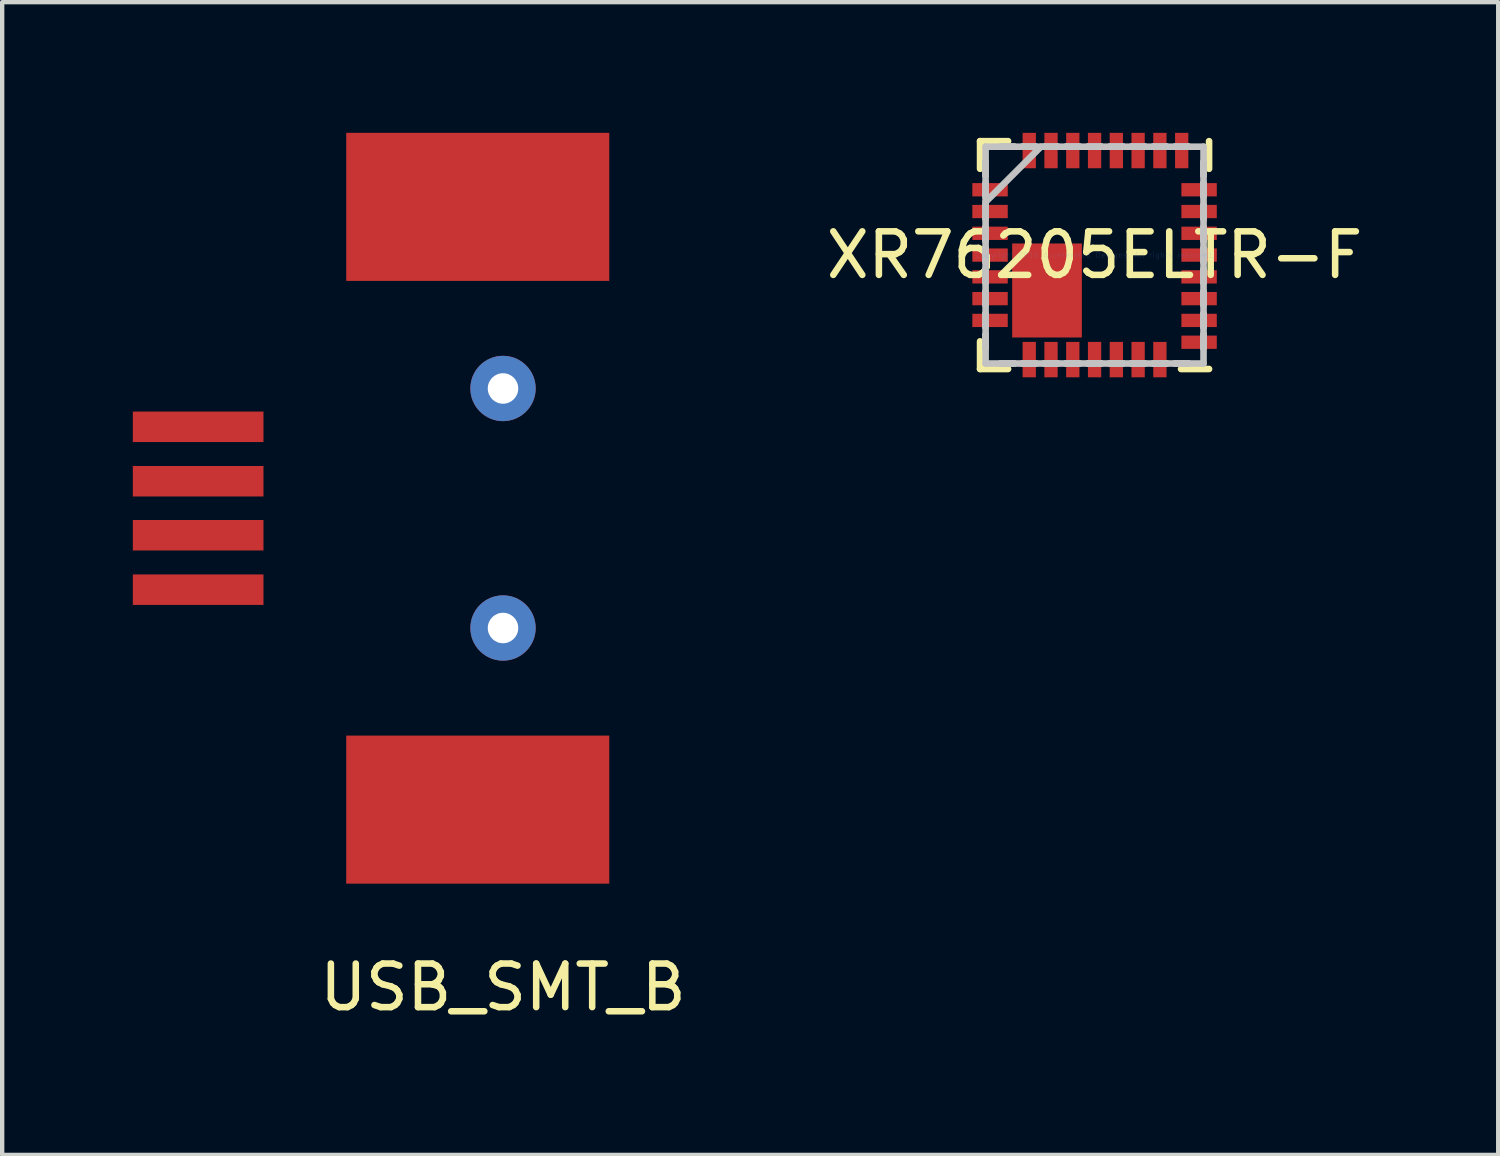
<source format=kicad_pcb>
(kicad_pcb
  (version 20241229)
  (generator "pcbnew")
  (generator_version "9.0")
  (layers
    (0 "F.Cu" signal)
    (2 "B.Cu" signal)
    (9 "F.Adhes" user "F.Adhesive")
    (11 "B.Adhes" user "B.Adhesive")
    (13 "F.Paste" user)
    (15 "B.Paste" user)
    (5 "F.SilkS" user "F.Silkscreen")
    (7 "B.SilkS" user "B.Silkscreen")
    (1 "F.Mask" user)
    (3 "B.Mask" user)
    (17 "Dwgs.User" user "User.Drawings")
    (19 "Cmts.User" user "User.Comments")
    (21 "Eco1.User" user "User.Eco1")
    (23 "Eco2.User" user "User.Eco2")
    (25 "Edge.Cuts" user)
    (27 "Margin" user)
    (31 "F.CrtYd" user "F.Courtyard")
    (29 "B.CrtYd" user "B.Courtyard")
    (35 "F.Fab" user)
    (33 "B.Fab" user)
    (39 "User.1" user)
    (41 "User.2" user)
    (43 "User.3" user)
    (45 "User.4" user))
  (footprint "XR76205ELTR-F"
    (layer "F.Cu")
    (at 22.083 2.807)
    (property "Reference" "XR76205ELTR-F" (at 0 0 0) (layer "F.SilkS") (effects (font (size 1 1) (thickness 0.15))))
    (attr through_hole)
    (fp_line (start -2.629 -2.616) (end -2.629 -1.981) (stroke (width 0.152) (type solid)) (layer "F.SilkS"))
    (fp_line (start -2.629 1.981) (end -2.629 2.616) (stroke (width 0.152) (type solid)) (layer "F.SilkS"))
    (fp_line (start -2.629 2.616) (end -1.986 2.616) (stroke (width 0.152) (type solid)) (layer "F.SilkS"))
    (fp_line (start -1.986 -2.616) (end -2.629 -2.616) (stroke (width 0.152) (type solid)) (layer "F.SilkS"))
    (fp_line (start 1.986 2.616) (end 2.629 2.616) (stroke (width 0.152) (type solid)) (layer "F.SilkS"))
    (fp_line (start 2.629 -1.981) (end 2.629 -2.616) (stroke (width 0.152) (type solid)) (layer "F.SilkS"))
    (fp_line (start -2.502 -2.489) (end -2.502 2.489) (stroke (width 0.152) (type solid)) (layer "Dwgs.User"))
    (fp_line (start -2.502 -2.134) (end -2.502 -2.134) (stroke (width 0.152) (type solid)) (layer "Dwgs.User"))
    (fp_line (start -2.502 -2.134) (end -2.502 -1.829) (stroke (width 0.152) (type solid)) (layer "Dwgs.User"))
    (fp_line (start -2.502 -1.829) (end -2.502 -2.134) (stroke (width 0.152) (type solid)) (layer "Dwgs.User"))
    (fp_line (start -2.502 -1.829) (end -2.502 -1.829) (stroke (width 0.152) (type solid)) (layer "Dwgs.User"))
    (fp_line (start -2.502 -1.651) (end -2.502 -1.651) (stroke (width 0.152) (type solid)) (layer "Dwgs.User"))
    (fp_line (start -2.502 -1.651) (end -2.502 -1.346) (stroke (width 0.152) (type solid)) (layer "Dwgs.User"))
    (fp_line (start -2.502 -1.346) (end -2.502 -1.651) (stroke (width 0.152) (type solid)) (layer "Dwgs.User"))
    (fp_line (start -2.502 -1.346) (end -2.502 -1.346) (stroke (width 0.152) (type solid)) (layer "Dwgs.User"))
    (fp_line (start -2.502 -1.219) (end -1.232 -2.489) (stroke (width 0.152) (type solid)) (layer "Dwgs.User"))
    (fp_line (start -2.502 -1.143) (end -2.502 -1.143) (stroke (width 0.152) (type solid)) (layer "Dwgs.User"))
    (fp_line (start -2.502 -1.143) (end -2.502 -0.838) (stroke (width 0.152) (type solid)) (layer "Dwgs.User"))
    (fp_line (start -2.502 -0.838) (end -2.502 -1.143) (stroke (width 0.152) (type solid)) (layer "Dwgs.User"))
    (fp_line (start -2.502 -0.838) (end -2.502 -0.838) (stroke (width 0.152) (type solid)) (layer "Dwgs.User"))
    (fp_line (start -2.502 -0.635) (end -2.502 -0.635) (stroke (width 0.152) (type solid)) (layer "Dwgs.User"))
    (fp_line (start -2.502 -0.635) (end -2.502 -0.33) (stroke (width 0.152) (type solid)) (layer "Dwgs.User"))
    (fp_line (start -2.502 -0.33) (end -2.502 -0.635) (stroke (width 0.152) (type solid)) (layer "Dwgs.User"))
    (fp_line (start -2.502 -0.33) (end -2.502 -0.33) (stroke (width 0.152) (type solid)) (layer "Dwgs.User"))
    (fp_line (start -2.502 -0.152) (end -2.502 -0.152) (stroke (width 0.152) (type solid)) (layer "Dwgs.User"))
    (fp_line (start -2.502 -0.152) (end -2.502 0.152) (stroke (width 0.152) (type solid)) (layer "Dwgs.User"))
    (fp_line (start -2.502 0.152) (end -2.502 -0.152) (stroke (width 0.152) (type solid)) (layer "Dwgs.User"))
    (fp_line (start -2.502 0.152) (end -2.502 0.152) (stroke (width 0.152) (type solid)) (layer "Dwgs.User"))
    (fp_line (start -2.502 0.33) (end -2.502 0.33) (stroke (width 0.152) (type solid)) (layer "Dwgs.User"))
    (fp_line (start -2.502 0.33) (end -2.502 0.635) (stroke (width 0.152) (type solid)) (layer "Dwgs.User"))
    (fp_line (start -2.502 0.635) (end -2.502 0.33) (stroke (width 0.152) (type solid)) (layer "Dwgs.User"))
    (fp_line (start -2.502 0.635) (end -2.502 0.635) (stroke (width 0.152) (type solid)) (layer "Dwgs.User"))
    (fp_line (start -2.502 0.838) (end -2.502 0.838) (stroke (width 0.152) (type solid)) (layer "Dwgs.User"))
    (fp_line (start -2.502 0.838) (end -2.502 1.143) (stroke (width 0.152) (type solid)) (layer "Dwgs.User"))
    (fp_line (start -2.502 1.143) (end -2.502 0.838) (stroke (width 0.152) (type solid)) (layer "Dwgs.User"))
    (fp_line (start -2.502 1.143) (end -2.502 1.143) (stroke (width 0.152) (type solid)) (layer "Dwgs.User"))
    (fp_line (start -2.502 1.346) (end -2.502 1.346) (stroke (width 0.152) (type solid)) (layer "Dwgs.User"))
    (fp_line (start -2.502 1.346) (end -2.502 1.651) (stroke (width 0.152) (type solid)) (layer "Dwgs.User"))
    (fp_line (start -2.502 1.651) (end -2.502 1.346) (stroke (width 0.152) (type solid)) (layer "Dwgs.User"))
    (fp_line (start -2.502 1.651) (end -2.502 1.651) (stroke (width 0.152) (type solid)) (layer "Dwgs.User"))
    (fp_line (start -2.502 1.829) (end -2.502 1.829) (stroke (width 0.152) (type solid)) (layer "Dwgs.User"))
    (fp_line (start -2.502 1.829) (end -2.502 2.134) (stroke (width 0.152) (type solid)) (layer "Dwgs.User"))
    (fp_line (start -2.502 2.134) (end -2.502 1.829) (stroke (width 0.152) (type solid)) (layer "Dwgs.User"))
    (fp_line (start -2.502 2.134) (end -2.502 2.134) (stroke (width 0.152) (type solid)) (layer "Dwgs.User"))
    (fp_line (start -2.502 2.489) (end 2.502 2.489) (stroke (width 0.152) (type solid)) (layer "Dwgs.User"))
    (fp_line (start -2.153 -2.489) (end -2.153 -2.489) (stroke (width 0.152) (type solid)) (layer "Dwgs.User"))
    (fp_line (start -2.153 -2.489) (end -1.848 -2.489) (stroke (width 0.152) (type solid)) (layer "Dwgs.User"))
    (fp_line (start -2.153 2.489) (end -2.153 2.489) (stroke (width 0.152) (type solid)) (layer "Dwgs.User"))
    (fp_line (start -2.153 2.489) (end -1.848 2.489) (stroke (width 0.152) (type solid)) (layer "Dwgs.User"))
    (fp_line (start -1.848 -2.489) (end -2.153 -2.489) (stroke (width 0.152) (type solid)) (layer "Dwgs.User"))
    (fp_line (start -1.848 -2.489) (end -1.848 -2.489) (stroke (width 0.152) (type solid)) (layer "Dwgs.User"))
    (fp_line (start -1.848 2.489) (end -2.153 2.489) (stroke (width 0.152) (type solid)) (layer "Dwgs.User"))
    (fp_line (start -1.848 2.489) (end -1.848 2.489) (stroke (width 0.152) (type solid)) (layer "Dwgs.User"))
    (fp_line (start -1.653 -2.489) (end -1.653 -2.489) (stroke (width 0.152) (type solid)) (layer "Dwgs.User"))
    (fp_line (start -1.653 -2.489) (end -1.348 -2.489) (stroke (width 0.152) (type solid)) (layer "Dwgs.User"))
    (fp_line (start -1.653 2.489) (end -1.653 2.489) (stroke (width 0.152) (type solid)) (layer "Dwgs.User"))
    (fp_line (start -1.653 2.489) (end -1.348 2.489) (stroke (width 0.152) (type solid)) (layer "Dwgs.User"))
    (fp_line (start -1.348 -2.489) (end -1.653 -2.489) (stroke (width 0.152) (type solid)) (layer "Dwgs.User"))
    (fp_line (start -1.348 -2.489) (end -1.348 -2.489) (stroke (width 0.152) (type solid)) (layer "Dwgs.User"))
    (fp_line (start -1.348 2.489) (end -1.653 2.489) (stroke (width 0.152) (type solid)) (layer "Dwgs.User"))
    (fp_line (start -1.348 2.489) (end -1.348 2.489) (stroke (width 0.152) (type solid)) (layer "Dwgs.User"))
    (fp_line (start -1.153 -2.489) (end -1.153 -2.489) (stroke (width 0.152) (type solid)) (layer "Dwgs.User"))
    (fp_line (start -1.153 -2.489) (end -0.848 -2.489) (stroke (width 0.152) (type solid)) (layer "Dwgs.User"))
    (fp_line (start -1.153 2.489) (end -1.153 2.489) (stroke (width 0.152) (type solid)) (layer "Dwgs.User"))
    (fp_line (start -1.153 2.489) (end -0.848 2.489) (stroke (width 0.152) (type solid)) (layer "Dwgs.User"))
    (fp_line (start -0.848 -2.489) (end -1.153 -2.489) (stroke (width 0.152) (type solid)) (layer "Dwgs.User"))
    (fp_line (start -0.848 -2.489) (end -0.848 -2.489) (stroke (width 0.152) (type solid)) (layer "Dwgs.User"))
    (fp_line (start -0.848 2.489) (end -1.153 2.489) (stroke (width 0.152) (type solid)) (layer "Dwgs.User"))
    (fp_line (start -0.848 2.489) (end -0.848 2.489) (stroke (width 0.152) (type solid)) (layer "Dwgs.User"))
    (fp_line (start -0.653 -2.489) (end -0.653 -2.489) (stroke (width 0.152) (type solid)) (layer "Dwgs.User"))
    (fp_line (start -0.653 -2.489) (end -0.348 -2.489) (stroke (width 0.152) (type solid)) (layer "Dwgs.User"))
    (fp_line (start -0.653 2.489) (end -0.653 2.489) (stroke (width 0.152) (type solid)) (layer "Dwgs.User"))
    (fp_line (start -0.653 2.489) (end -0.348 2.489) (stroke (width 0.152) (type solid)) (layer "Dwgs.User"))
    (fp_line (start -0.348 -2.489) (end -0.653 -2.489) (stroke (width 0.152) (type solid)) (layer "Dwgs.User"))
    (fp_line (start -0.348 -2.489) (end -0.348 -2.489) (stroke (width 0.152) (type solid)) (layer "Dwgs.User"))
    (fp_line (start -0.348 2.489) (end -0.653 2.489) (stroke (width 0.152) (type solid)) (layer "Dwgs.User"))
    (fp_line (start -0.348 2.489) (end -0.348 2.489) (stroke (width 0.152) (type solid)) (layer "Dwgs.User"))
    (fp_line (start -0.152 -2.489) (end -0.152 -2.489) (stroke (width 0.152) (type solid)) (layer "Dwgs.User"))
    (fp_line (start -0.152 -2.489) (end 0.152 -2.489) (stroke (width 0.152) (type solid)) (layer "Dwgs.User"))
    (fp_line (start -0.152 2.489) (end -0.152 2.489) (stroke (width 0.152) (type solid)) (layer "Dwgs.User"))
    (fp_line (start -0.152 2.489) (end 0.152 2.489) (stroke (width 0.152) (type solid)) (layer "Dwgs.User"))
    (fp_line (start 0.152 -2.489) (end -0.152 -2.489) (stroke (width 0.152) (type solid)) (layer "Dwgs.User"))
    (fp_line (start 0.152 -2.489) (end 0.152 -2.489) (stroke (width 0.152) (type solid)) (layer "Dwgs.User"))
    (fp_line (start 0.152 2.489) (end -0.152 2.489) (stroke (width 0.152) (type solid)) (layer "Dwgs.User"))
    (fp_line (start 0.152 2.489) (end 0.152 2.489) (stroke (width 0.152) (type solid)) (layer "Dwgs.User"))
    (fp_line (start 0.348 -2.489) (end 0.348 -2.489) (stroke (width 0.152) (type solid)) (layer "Dwgs.User"))
    (fp_line (start 0.348 -2.489) (end 0.653 -2.489) (stroke (width 0.152) (type solid)) (layer "Dwgs.User"))
    (fp_line (start 0.348 2.489) (end 0.348 2.489) (stroke (width 0.152) (type solid)) (layer "Dwgs.User"))
    (fp_line (start 0.348 2.489) (end 0.653 2.489) (stroke (width 0.152) (type solid)) (layer "Dwgs.User"))
    (fp_line (start 0.653 -2.489) (end 0.348 -2.489) (stroke (width 0.152) (type solid)) (layer "Dwgs.User"))
    (fp_line (start 0.653 -2.489) (end 0.653 -2.489) (stroke (width 0.152) (type solid)) (layer "Dwgs.User"))
    (fp_line (start 0.653 2.489) (end 0.348 2.489) (stroke (width 0.152) (type solid)) (layer "Dwgs.User"))
    (fp_line (start 0.653 2.489) (end 0.653 2.489) (stroke (width 0.152) (type solid)) (layer "Dwgs.User"))
    (fp_line (start 0.848 -2.489) (end 0.848 -2.489) (stroke (width 0.152) (type solid)) (layer "Dwgs.User"))
    (fp_line (start 0.848 -2.489) (end 1.153 -2.489) (stroke (width 0.152) (type solid)) (layer "Dwgs.User"))
    (fp_line (start 0.848 2.489) (end 0.848 2.489) (stroke (width 0.152) (type solid)) (layer "Dwgs.User"))
    (fp_line (start 0.848 2.489) (end 1.153 2.489) (stroke (width 0.152) (type solid)) (layer "Dwgs.User"))
    (fp_line (start 1.153 -2.489) (end 0.848 -2.489) (stroke (width 0.152) (type solid)) (layer "Dwgs.User"))
    (fp_line (start 1.153 -2.489) (end 1.153 -2.489) (stroke (width 0.152) (type solid)) (layer "Dwgs.User"))
    (fp_line (start 1.153 2.489) (end 0.848 2.489) (stroke (width 0.152) (type solid)) (layer "Dwgs.User"))
    (fp_line (start 1.153 2.489) (end 1.153 2.489) (stroke (width 0.152) (type solid)) (layer "Dwgs.User"))
    (fp_line (start 1.348 -2.489) (end 1.348 -2.489) (stroke (width 0.152) (type solid)) (layer "Dwgs.User"))
    (fp_line (start 1.348 -2.489) (end 1.653 -2.489) (stroke (width 0.152) (type solid)) (layer "Dwgs.User"))
    (fp_line (start 1.348 2.489) (end 1.348 2.489) (stroke (width 0.152) (type solid)) (layer "Dwgs.User"))
    (fp_line (start 1.348 2.489) (end 1.653 2.489) (stroke (width 0.152) (type solid)) (layer "Dwgs.User"))
    (fp_line (start 1.653 -2.489) (end 1.348 -2.489) (stroke (width 0.152) (type solid)) (layer "Dwgs.User"))
    (fp_line (start 1.653 -2.489) (end 1.653 -2.489) (stroke (width 0.152) (type solid)) (layer "Dwgs.User"))
    (fp_line (start 1.653 2.489) (end 1.348 2.489) (stroke (width 0.152) (type solid)) (layer "Dwgs.User"))
    (fp_line (start 1.653 2.489) (end 1.653 2.489) (stroke (width 0.152) (type solid)) (layer "Dwgs.User"))
    (fp_line (start 1.848 -2.489) (end 1.848 -2.489) (stroke (width 0.152) (type solid)) (layer "Dwgs.User"))
    (fp_line (start 1.848 -2.489) (end 2.153 -2.489) (stroke (width 0.152) (type solid)) (layer "Dwgs.User"))
    (fp_line (start 1.848 2.489) (end 1.848 2.489) (stroke (width 0.152) (type solid)) (layer "Dwgs.User"))
    (fp_line (start 1.848 2.489) (end 2.153 2.489) (stroke (width 0.152) (type solid)) (layer "Dwgs.User"))
    (fp_line (start 2.153 -2.489) (end 1.848 -2.489) (stroke (width 0.152) (type solid)) (layer "Dwgs.User"))
    (fp_line (start 2.153 -2.489) (end 2.153 -2.489) (stroke (width 0.152) (type solid)) (layer "Dwgs.User"))
    (fp_line (start 2.153 2.489) (end 1.848 2.489) (stroke (width 0.152) (type solid)) (layer "Dwgs.User"))
    (fp_line (start 2.153 2.489) (end 2.153 2.489) (stroke (width 0.152) (type solid)) (layer "Dwgs.User"))
    (fp_line (start 2.502 -2.489) (end -2.502 -2.489) (stroke (width 0.152) (type solid)) (layer "Dwgs.User"))
    (fp_line (start 2.502 -2.134) (end 2.502 -2.134) (stroke (width 0.152) (type solid)) (layer "Dwgs.User"))
    (fp_line (start 2.502 -2.134) (end 2.502 -1.829) (stroke (width 0.152) (type solid)) (layer "Dwgs.User"))
    (fp_line (start 2.502 -1.829) (end 2.502 -2.134) (stroke (width 0.152) (type solid)) (layer "Dwgs.User"))
    (fp_line (start 2.502 -1.829) (end 2.502 -1.829) (stroke (width 0.152) (type solid)) (layer "Dwgs.User"))
    (fp_line (start 2.502 -1.651) (end 2.502 -1.651) (stroke (width 0.152) (type solid)) (layer "Dwgs.User"))
    (fp_line (start 2.502 -1.651) (end 2.502 -1.346) (stroke (width 0.152) (type solid)) (layer "Dwgs.User"))
    (fp_line (start 2.502 -1.346) (end 2.502 -1.651) (stroke (width 0.152) (type solid)) (layer "Dwgs.User"))
    (fp_line (start 2.502 -1.346) (end 2.502 -1.346) (stroke (width 0.152) (type solid)) (layer "Dwgs.User"))
    (fp_line (start 2.502 -1.143) (end 2.502 -1.143) (stroke (width 0.152) (type solid)) (layer "Dwgs.User"))
    (fp_line (start 2.502 -1.143) (end 2.502 -0.838) (stroke (width 0.152) (type solid)) (layer "Dwgs.User"))
    (fp_line (start 2.502 -0.838) (end 2.502 -1.143) (stroke (width 0.152) (type solid)) (layer "Dwgs.User"))
    (fp_line (start 2.502 -0.838) (end 2.502 -0.838) (stroke (width 0.152) (type solid)) (layer "Dwgs.User"))
    (fp_line (start 2.502 -0.635) (end 2.502 -0.635) (stroke (width 0.152) (type solid)) (layer "Dwgs.User"))
    (fp_line (start 2.502 -0.635) (end 2.502 -0.33) (stroke (width 0.152) (type solid)) (layer "Dwgs.User"))
    (fp_line (start 2.502 -0.33) (end 2.502 -0.635) (stroke (width 0.152) (type solid)) (layer "Dwgs.User"))
    (fp_line (start 2.502 -0.33) (end 2.502 -0.33) (stroke (width 0.152) (type solid)) (layer "Dwgs.User"))
    (fp_line (start 2.502 -0.152) (end 2.502 -0.152) (stroke (width 0.152) (type solid)) (layer "Dwgs.User"))
    (fp_line (start 2.502 -0.152) (end 2.502 0.152) (stroke (width 0.152) (type solid)) (layer "Dwgs.User"))
    (fp_line (start 2.502 0.152) (end 2.502 -0.152) (stroke (width 0.152) (type solid)) (layer "Dwgs.User"))
    (fp_line (start 2.502 0.152) (end 2.502 0.152) (stroke (width 0.152) (type solid)) (layer "Dwgs.User"))
    (fp_line (start 2.502 0.33) (end 2.502 0.33) (stroke (width 0.152) (type solid)) (layer "Dwgs.User"))
    (fp_line (start 2.502 0.33) (end 2.502 0.635) (stroke (width 0.152) (type solid)) (layer "Dwgs.User"))
    (fp_line (start 2.502 0.635) (end 2.502 0.33) (stroke (width 0.152) (type solid)) (layer "Dwgs.User"))
    (fp_line (start 2.502 0.635) (end 2.502 0.635) (stroke (width 0.152) (type solid)) (layer "Dwgs.User"))
    (fp_line (start 2.502 0.838) (end 2.502 0.838) (stroke (width 0.152) (type solid)) (layer "Dwgs.User"))
    (fp_line (start 2.502 0.838) (end 2.502 1.143) (stroke (width 0.152) (type solid)) (layer "Dwgs.User"))
    (fp_line (start 2.502 1.143) (end 2.502 0.838) (stroke (width 0.152) (type solid)) (layer "Dwgs.User"))
    (fp_line (start 2.502 1.143) (end 2.502 1.143) (stroke (width 0.152) (type solid)) (layer "Dwgs.User"))
    (fp_line (start 2.502 1.346) (end 2.502 1.346) (stroke (width 0.152) (type solid)) (layer "Dwgs.User"))
    (fp_line (start 2.502 1.346) (end 2.502 1.651) (stroke (width 0.152) (type solid)) (layer "Dwgs.User"))
    (fp_line (start 2.502 1.651) (end 2.502 1.346) (stroke (width 0.152) (type solid)) (layer "Dwgs.User"))
    (fp_line (start 2.502 1.651) (end 2.502 1.651) (stroke (width 0.152) (type solid)) (layer "Dwgs.User"))
    (fp_line (start 2.502 1.829) (end 2.502 1.829) (stroke (width 0.152) (type solid)) (layer "Dwgs.User"))
    (fp_line (start 2.502 1.829) (end 2.502 2.134) (stroke (width 0.152) (type solid)) (layer "Dwgs.User"))
    (fp_line (start 2.502 2.134) (end 2.502 1.829) (stroke (width 0.152) (type solid)) (layer "Dwgs.User"))
    (fp_line (start 2.502 2.134) (end 2.502 2.134) (stroke (width 0.152) (type solid)) (layer "Dwgs.User"))
    (fp_line (start 2.502 2.489) (end 2.502 -2.489) (stroke (width 0.152) (type solid)) (layer "Dwgs.User"))
    (fp_text user "Copyright 2016 Accelerated Designs. All rights reserved." (at 0 0 0) (layer "Cmts.User") (effects (font (size 0.127 0.127) (thickness 0.002))))
    (pad "1" smd rect (at -2.4 -1.5 90) (size 0.305 0.813) (layers "F.Cu"))
    (pad "2" smd rect (at -2.4 -1 90) (size 0.305 0.813) (layers "F.Cu"))
    (pad "3" smd rect (at -2.4 -0.5 90) (size 0.305 0.813) (layers "F.Cu"))
    (pad "4" smd rect (at -2.4 0 90) (size 0.305 0.813) (layers "F.Cu"))
    (pad "5" smd rect (at -2.4 0.5 90) (size 0.305 0.813) (layers "F.Cu"))
    (pad "6" smd rect (at -2.4 1 90) (size 0.305 0.813) (layers "F.Cu"))
    (pad "7" smd rect (at -2.4 1.5 90) (size 0.305 0.813) (layers "F.Cu"))
    (pad "8" smd rect (at -1.5 2.4) (size 0.305 0.813) (layers "F.Cu"))
    (pad "9" smd rect (at -1 2.4) (size 0.305 0.813) (layers "F.Cu"))
    (pad "10" smd rect (at -0.5 2.4) (size 0.305 0.813) (layers "F.Cu"))
    (pad "11" smd rect (at 0 2.4) (size 0.305 0.813) (layers "F.Cu"))
    (pad "12" smd rect (at 0.5 2.4) (size 0.305 0.813) (layers "F.Cu"))
    (pad "13" smd rect (at 1 2.4) (size 0.305 0.813) (layers "F.Cu"))
    (pad "14" smd rect (at 1.5 2.4) (size 0.305 0.813) (layers "F.Cu"))
    (pad "15" smd rect (at 2.4 2.001 90) (size 0.305 0.813) (layers "F.Cu"))
    (pad "16" smd rect (at 2.4 1.5 90) (size 0.305 0.813) (layers "F.Cu"))
    (pad "17" smd rect (at 2.4 1 90) (size 0.305 0.813) (layers "F.Cu"))
    (pad "18" smd rect (at 2.4 0.5 90) (size 0.305 0.813) (layers "F.Cu"))
    (pad "19" smd rect (at 2.4 0 90) (size 0.305 0.813) (layers "F.Cu"))
    (pad "20" smd rect (at 2.4 -0.5 90) (size 0.305 0.813) (layers "F.Cu"))
    (pad "21" smd rect (at 2.4 -1 90) (size 0.305 0.813) (layers "F.Cu"))
    (pad "22" smd rect (at 2.4 -1.5 90) (size 0.305 0.813) (layers "F.Cu"))
    (pad "23" smd rect (at 2.001 -2.4) (size 0.305 0.813) (layers "F.Cu"))
    (pad "24" smd rect (at 1.5 -2.4) (size 0.305 0.813) (layers "F.Cu"))
    (pad "25" smd rect (at 1 -2.4) (size 0.305 0.813) (layers "F.Cu"))
    (pad "26" smd rect (at 0.5 -2.4) (size 0.305 0.813) (layers "F.Cu"))
    (pad "27" smd rect (at 0 -2.4) (size 0.305 0.813) (layers "F.Cu"))
    (pad "28" smd rect (at -0.5 -2.4) (size 0.305 0.813) (layers "F.Cu"))
    (pad "29" smd rect (at -1 -2.4) (size 0.305 0.813) (layers "F.Cu"))
    (pad "30" smd rect (at -1.5 -2.4) (size 0.305 0.813) (layers "F.Cu"))
    (pad "31" smd rect (at -1.092 0.813) (size 1.6 2.159) (layers "F.Cu")))
  (footprint "USB_SMT_B"
    (layer "F.Cu")
    (at 1.5 8.62)
    (property "Reference" "USB_SMT_B" (at 7 11 0) (layer "F.SilkS") (effects (font (size 1 1) (thickness 0.15))))
    (attr through_hole)
    (pad "1" smd rect (at 0 -1.87) (size 3 0.7) (layers "F.Cu" "F.Mask" "F.Paste"))
    (pad "2" smd rect (at 0 -0.62) (size 3 0.7) (layers "F.Cu" "F.Mask" "F.Paste"))
    (pad "3" smd rect (at 0 0.62) (size 3 0.7) (layers "F.Cu" "F.Mask" "F.Paste"))
    (pad "4" smd rect (at 0 1.87) (size 3 0.7) (layers "F.Cu" "F.Mask" "F.Paste"))
    (pad "5" smd rect (at 6.42 -6.92) (size 6.04 3.4) (layers "F.Cu" "F.Mask" "F.Paste"))
    (pad "5" smd rect (at 6.42 6.92) (size 6.04 3.4) (layers "F.Cu" "F.Mask" "F.Paste"))
    (pad "6" thru_hole circle (at 7 -2.75) (size 1.5 1.5) (drill 0.7) (layers "*.Cu" "*.Mask"))
    (pad "7" thru_hole circle (at 7 2.75) (size 1.5 1.5) (drill 0.7) (layers "*.Cu" "*.Mask")))
  (gr_rect
    (start -3 -3)
    (end 31.351 23.468)
    (stroke (width 0.1) (type default))
    (fill no)
    (layer "Edge.Cuts")))
</source>
